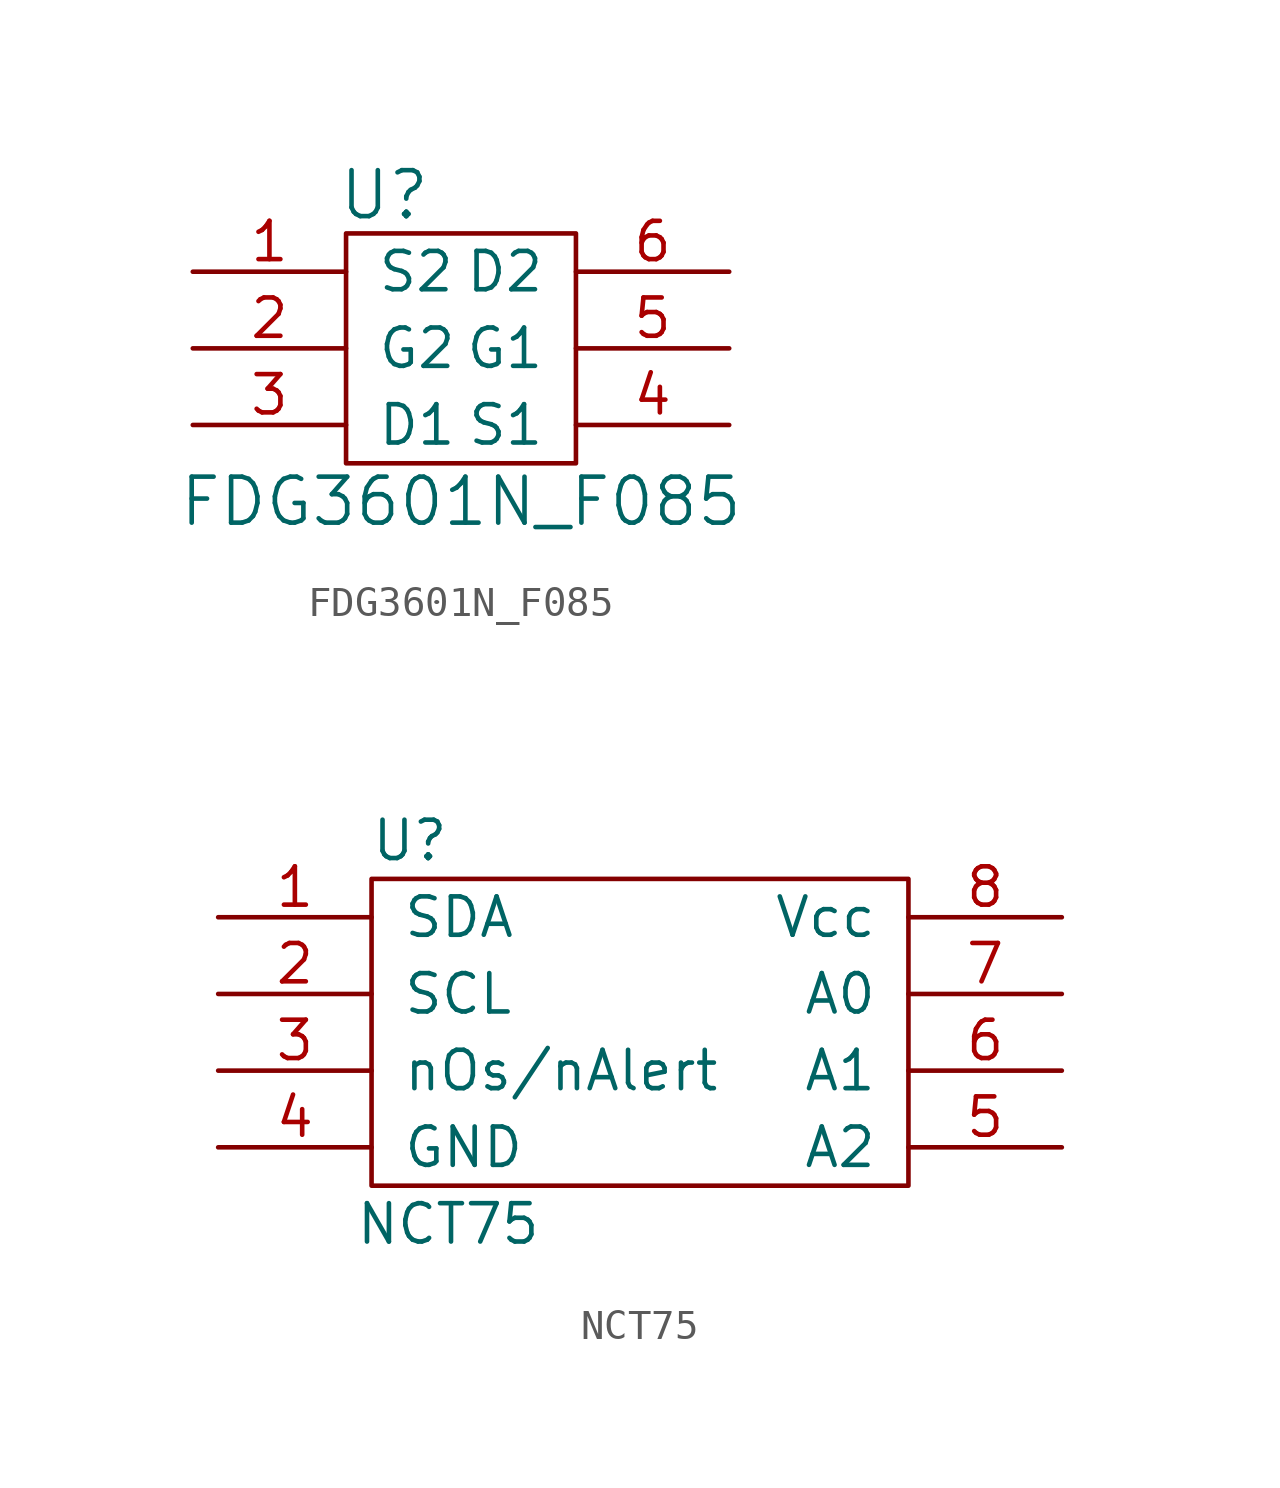
<source format=kicad_sym>
(kicad_symbol_lib
  (version 20211014)
  (generator kicad_symbol_editor)
  (symbol "FDG3601N_F085"
    (pin_names
      (offset 1.016))
    (property "Reference" "U"
      (at -2.54 5.08 0)
      (effects (font (size 1.524 1.524))))
    (property "Value" "FDG3601N_F085"
      (at 0 -5.08 0)
      (effects (font (size 1.524 1.524))))
    (symbol "FDG3601N_F085_0_1"
      (rectangle (start -3.81 3.81) (end 3.81 -3.81) (stroke (width 0) (type default) (color 0 0 0 0)) (fill (type none))))
    (symbol "FDG3601N_F085_1_1"
      (pin output line (at -8.89 2.54 0) (length 5.08) (name "S2" (effects (font (size 1.27 1.27)))) (number "1" (effects (font (size 1.27 1.27)))))
      (pin input line (at -8.89 0 0) (length 5.08) (name "G2" (effects (font (size 1.27 1.27)))) (number "2" (effects (font (size 1.27 1.27)))))
      (pin output line (at -8.89 -2.54 0) (length 5.08) (name "D1" (effects (font (size 1.27 1.27)))) (number "3" (effects (font (size 1.27 1.27)))))
      (pin output line (at 8.89 -2.54 180) (length 5.08) (name "S1" (effects (font (size 1.27 1.27)))) (number "4" (effects (font (size 1.27 1.27)))))
      (pin input line (at 8.89 0 180) (length 5.08) (name "G1" (effects (font (size 1.27 1.27)))) (number "5" (effects (font (size 1.27 1.27)))))
      (pin output line (at 8.89 2.54 180) (length 5.08) (name "D2" (effects (font (size 1.27 1.27)))) (number "6" (effects (font (size 1.27 1.27)))))))
  (symbol "NCT75"
    (pin_names
      (offset 1.016))
    (property "Reference" "U"
      (at -7.62 6.35 0)
      (effects (font (size 1.27 1.27))))
    (property "Value" "NCT75"
      (at -6.35 -6.35 0)
      (effects (font (size 1.27 1.27))))
    (symbol "NCT75_0_1"
      (rectangle (start -8.89 5.08) (end 8.89 -5.08) (stroke (width 0) (type default) (color 0 0 0 0)) (fill (type none))))
    (symbol "NCT75_1_1"
      (pin bidirectional line (at -13.97 3.81 0) (length 5.08) (name "SDA" (effects (font (size 1.27 1.27)))) (number "1" (effects (font (size 1.27 1.27)))))
      (pin input line (at -13.97 1.27 0) (length 5.08) (name "SCL" (effects (font (size 1.27 1.27)))) (number "2" (effects (font (size 1.27 1.27)))))
      (pin output line (at -13.97 -1.27 0) (length 5.08) (name "nOs/nAlert" (effects (font (size 1.27 1.27)))) (number "3" (effects (font (size 1.27 1.27)))))
      (pin power_in line (at -13.97 -3.81 0) (length 5.08) (name "GND" (effects (font (size 1.27 1.27)))) (number "4" (effects (font (size 1.27 1.27)))))
      (pin input line (at 13.97 -3.81 180) (length 5.08) (name "A2" (effects (font (size 1.27 1.27)))) (number "5" (effects (font (size 1.27 1.27)))))
      (pin input line (at 13.97 -1.27 180) (length 5.08) (name "A1" (effects (font (size 1.27 1.27)))) (number "6" (effects (font (size 1.27 1.27)))))
      (pin input line (at 13.97 1.27 180) (length 5.08) (name "A0" (effects (font (size 1.27 1.27)))) (number "7" (effects (font (size 1.27 1.27)))))
      (pin power_in line (at 13.97 3.81 180) (length 5.08) (name "Vcc" (effects (font (size 1.27 1.27)))) (number "8" (effects (font (size 1.27 1.27))))))))
</source>
